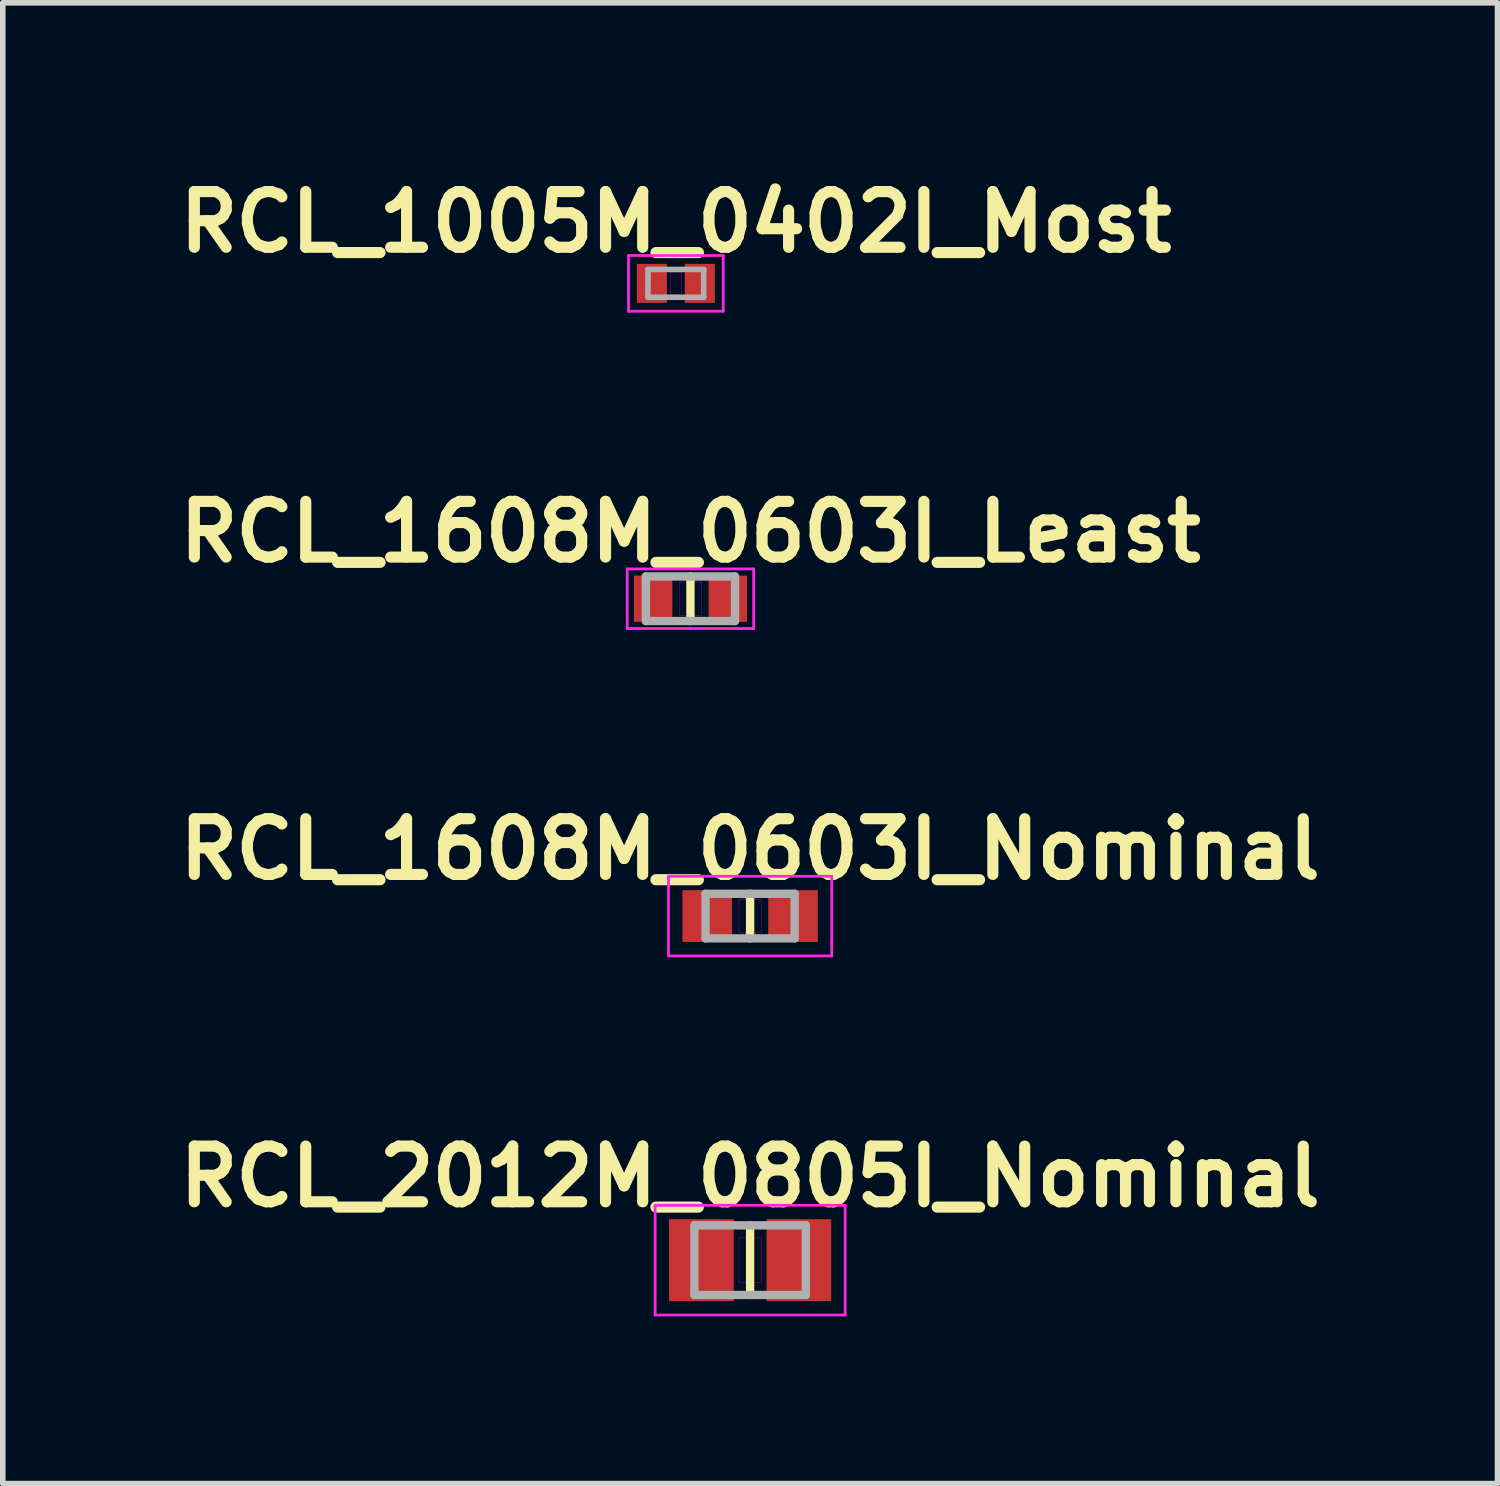
<source format=kicad_pcb>
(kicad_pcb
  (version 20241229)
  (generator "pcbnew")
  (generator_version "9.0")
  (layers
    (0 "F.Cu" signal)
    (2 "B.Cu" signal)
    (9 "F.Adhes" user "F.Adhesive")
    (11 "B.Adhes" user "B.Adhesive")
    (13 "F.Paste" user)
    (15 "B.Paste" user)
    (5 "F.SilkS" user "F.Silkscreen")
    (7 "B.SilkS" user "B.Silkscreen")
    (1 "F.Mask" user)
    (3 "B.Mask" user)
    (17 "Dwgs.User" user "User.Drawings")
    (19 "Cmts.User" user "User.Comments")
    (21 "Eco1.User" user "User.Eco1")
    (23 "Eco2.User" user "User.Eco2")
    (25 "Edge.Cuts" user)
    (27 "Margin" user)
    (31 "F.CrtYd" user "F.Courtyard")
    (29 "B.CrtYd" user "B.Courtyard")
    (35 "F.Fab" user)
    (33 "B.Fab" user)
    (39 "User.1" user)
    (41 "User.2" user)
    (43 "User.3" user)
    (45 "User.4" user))
  (footprint "RCL_1608M_0603I_Least"
    (layer "F.Cu")
    (at 9.343 7.697)
    (property "Reference" "RCL_1608M_0603I_Least" (at 0 -1.2 0) (layer "F.SilkS") (effects (font (size 1 1) (thickness 0.2))))
    (attr smd)
    (fp_line (start 0 0.4) (end 0 -0.4) (stroke (width 0.15) (type solid)) (layer "F.SilkS"))
    (fp_line (start -0.2 -0.3) (end -0.2 0.3) (stroke (width 0.01) (type solid)) (layer "F.Adhes"))
    (fp_line (start -0.2 0.3) (end 0.2 0.3) (stroke (width 0.01) (type solid)) (layer "F.Adhes"))
    (fp_line (start 0.2 -0.3) (end -0.2 -0.3) (stroke (width 0.01) (type solid)) (layer "F.Adhes"))
    (fp_line (start 0.2 0.3) (end 0.2 -0.3) (stroke (width 0.01) (type solid)) (layer "F.Adhes"))
    (fp_line (start -1.135 -0.535) (end 1.135 -0.535) (stroke (width 0.05) (type solid)) (layer "F.CrtYd"))
    (fp_line (start -1.135 0.535) (end -1.135 -0.535) (stroke (width 0.05) (type solid)) (layer "F.CrtYd"))
    (fp_line (start 1.135 -0.535) (end 1.135 0.535) (stroke (width 0.05) (type solid)) (layer "F.CrtYd"))
    (fp_line (start 1.135 0.535) (end -1.135 0.535) (stroke (width 0.05) (type solid)) (layer "F.CrtYd"))
    (fp_line (start -0.8 -0.4) (end -0.8 0.4) (stroke (width 0.15) (type solid)) (layer "F.Fab"))
    (fp_line (start -0.8 0.4) (end 0.8 0.4) (stroke (width 0.15) (type solid)) (layer "F.Fab"))
    (fp_line (start 0.8 -0.4) (end -0.8 -0.4) (stroke (width 0.15) (type solid)) (layer "F.Fab"))
    (fp_line (start 0.8 0.4) (end 0.8 -0.4) (stroke (width 0.15) (type solid)) (layer "F.Fab"))
    (pad "1" smd rect (at -0.67 0) (size 0.69 0.83) (layers "F.Cu" "F.Mask" "F.Paste"))
    (pad "2" smd rect (at 0.67 0) (size 0.69 0.83) (layers "F.Cu" "F.Mask" "F.Paste")))
  (footprint "RCL_2012M_0805I_Nominal"
    (layer "F.Cu")
    (at 10.414 19.569)
    (property "Reference" "RCL_2012M_0805I_Nominal" (at 0 -1.5 0) (layer "F.SilkS") (effects (font (size 1 1) (thickness 0.2))))
    (attr smd)
    (fp_line (start 0 -0.625) (end 0 0.625) (stroke (width 0.15) (type solid)) (layer "F.SilkS"))
    (fp_line (start -0.2 -0.4) (end -0.2 0.4) (stroke (width 0.01) (type solid)) (layer "F.Adhes"))
    (fp_line (start -0.2 0.4) (end 0.2 0.4) (stroke (width 0.01) (type solid)) (layer "F.Adhes"))
    (fp_line (start 0.2 -0.4) (end -0.2 -0.4) (stroke (width 0.01) (type solid)) (layer "F.Adhes"))
    (fp_line (start 0.2 0.4) (end 0.2 -0.4) (stroke (width 0.01) (type solid)) (layer "F.Adhes"))
    (fp_line (start -1.705 -0.985) (end 1.705 -0.985) (stroke (width 0.05) (type solid)) (layer "F.CrtYd"))
    (fp_line (start -1.705 0.985) (end -1.705 -0.985) (stroke (width 0.05) (type solid)) (layer "F.CrtYd"))
    (fp_line (start 1.705 -0.985) (end 1.705 0.985) (stroke (width 0.05) (type solid)) (layer "F.CrtYd"))
    (fp_line (start 1.705 0.985) (end -1.705 0.985) (stroke (width 0.05) (type solid)) (layer "F.CrtYd"))
    (fp_line (start -1 -0.625) (end -1 0.625) (stroke (width 0.15) (type solid)) (layer "F.Fab"))
    (fp_line (start -1 0.625) (end 1 0.625) (stroke (width 0.15) (type solid)) (layer "F.Fab"))
    (fp_line (start 1 -0.625) (end -1 -0.625) (stroke (width 0.15) (type solid)) (layer "F.Fab"))
    (fp_line (start 1 0.625) (end 1 -0.625) (stroke (width 0.15) (type solid)) (layer "F.Fab"))
    (pad "1" smd rect (at -0.875 0) (size 1.16 1.47) (layers "F.Cu" "F.Mask" "F.Paste"))
    (pad "2" smd rect (at 0.875 0) (size 1.16 1.47) (layers "F.Cu" "F.Mask" "F.Paste")))
  (footprint "RCL_1005M_0402I_Most"
    (layer "F.Cu")
    (at 9.081 2.036)
    (property "Reference" "RCL_1005M_0402I_Most" (at 0 -1.1 0) (layer "F.SilkS") (effects (font (size 1 1) (thickness 0.2))))
    (attr smd)
    (fp_line (start -0.1 -0.2) (end -0.1 0.2) (stroke (width 0.01) (type solid)) (layer "F.Adhes"))
    (fp_line (start -0.1 0.2) (end 0.1 0.2) (stroke (width 0.01) (type solid)) (layer "F.Adhes"))
    (fp_line (start 0.1 -0.2) (end -0.1 -0.2) (stroke (width 0.01) (type solid)) (layer "F.Adhes"))
    (fp_line (start 0.1 0.2) (end 0.1 -0.2) (stroke (width 0.01) (type solid)) (layer "F.Adhes"))
    (fp_line (start -0.85 -0.5) (end 0.85 -0.5) (stroke (width 0.05) (type solid)) (layer "F.CrtYd"))
    (fp_line (start -0.85 0.5) (end -0.85 -0.5) (stroke (width 0.05) (type solid)) (layer "F.CrtYd"))
    (fp_line (start 0.85 -0.5) (end 0.85 0.5) (stroke (width 0.05) (type solid)) (layer "F.CrtYd"))
    (fp_line (start 0.85 0.5) (end -0.85 0.5) (stroke (width 0.05) (type solid)) (layer "F.CrtYd"))
    (fp_line (start -0.5 -0.25) (end -0.5 0.25) (stroke (width 0.1) (type solid)) (layer "F.Fab"))
    (fp_line (start -0.5 0.25) (end 0.5 0.25) (stroke (width 0.1) (type solid)) (layer "F.Fab"))
    (fp_line (start 0.5 -0.25) (end -0.5 -0.25) (stroke (width 0.1) (type solid)) (layer "F.Fab"))
    (fp_line (start 0.5 0.25) (end 0.5 -0.25) (stroke (width 0.1) (type solid)) (layer "F.Fab"))
    (pad "1" smd rect (at -0.43 0) (size 0.54 0.7) (layers "F.Cu" "F.Mask" "F.Paste"))
    (pad "2" smd rect (at 0.43 0) (size 0.54 0.7) (layers "F.Cu" "F.Mask" "F.Paste")))
  (footprint "RCL_1608M_0603I_Nominal"
    (layer "F.Cu")
    (at 10.414 13.393)
    (property "Reference" "RCL_1608M_0603I_Nominal" (at 0 -1.2 0) (layer "F.SilkS") (effects (font (size 1 1) (thickness 0.2))))
    (attr smd)
    (fp_line (start 0 0.4) (end 0 -0.4) (stroke (width 0.15) (type solid)) (layer "F.SilkS"))
    (fp_line (start -0.2 -0.3) (end -0.2 0.3) (stroke (width 0.01) (type solid)) (layer "F.Adhes"))
    (fp_line (start -0.2 0.3) (end 0.2 0.3) (stroke (width 0.01) (type solid)) (layer "F.Adhes"))
    (fp_line (start 0.2 -0.3) (end -0.2 -0.3) (stroke (width 0.01) (type solid)) (layer "F.Adhes"))
    (fp_line (start 0.2 0.3) (end 0.2 -0.3) (stroke (width 0.01) (type solid)) (layer "F.Adhes"))
    (fp_line (start -1.465 -0.715) (end 1.465 -0.715) (stroke (width 0.05) (type solid)) (layer "F.CrtYd"))
    (fp_line (start -1.465 0.715) (end -1.465 -0.715) (stroke (width 0.05) (type solid)) (layer "F.CrtYd"))
    (fp_line (start 1.465 -0.715) (end 1.465 0.715) (stroke (width 0.05) (type solid)) (layer "F.CrtYd"))
    (fp_line (start 1.465 0.715) (end -1.465 0.715) (stroke (width 0.05) (type solid)) (layer "F.CrtYd"))
    (fp_line (start -0.8 -0.4) (end -0.8 0.4) (stroke (width 0.15) (type solid)) (layer "F.Fab"))
    (fp_line (start -0.8 0.4) (end 0.8 0.4) (stroke (width 0.15) (type solid)) (layer "F.Fab"))
    (fp_line (start 0.8 -0.4) (end -0.8 -0.4) (stroke (width 0.15) (type solid)) (layer "F.Fab"))
    (fp_line (start 0.8 0.4) (end 0.8 -0.4) (stroke (width 0.15) (type solid)) (layer "F.Fab"))
    (pad "1" smd rect (at -0.77 0) (size 0.89 0.93) (layers "F.Cu" "F.Mask" "F.Paste"))
    (pad "2" smd rect (at 0.77 0) (size 0.89 0.93) (layers "F.Cu" "F.Mask" "F.Paste")))
  (gr_rect
    (start -3 -3)
    (end 23.829 23.579)
    (stroke (width 0.1) (type default))
    (fill no)
    (layer "Edge.Cuts")))
</source>
